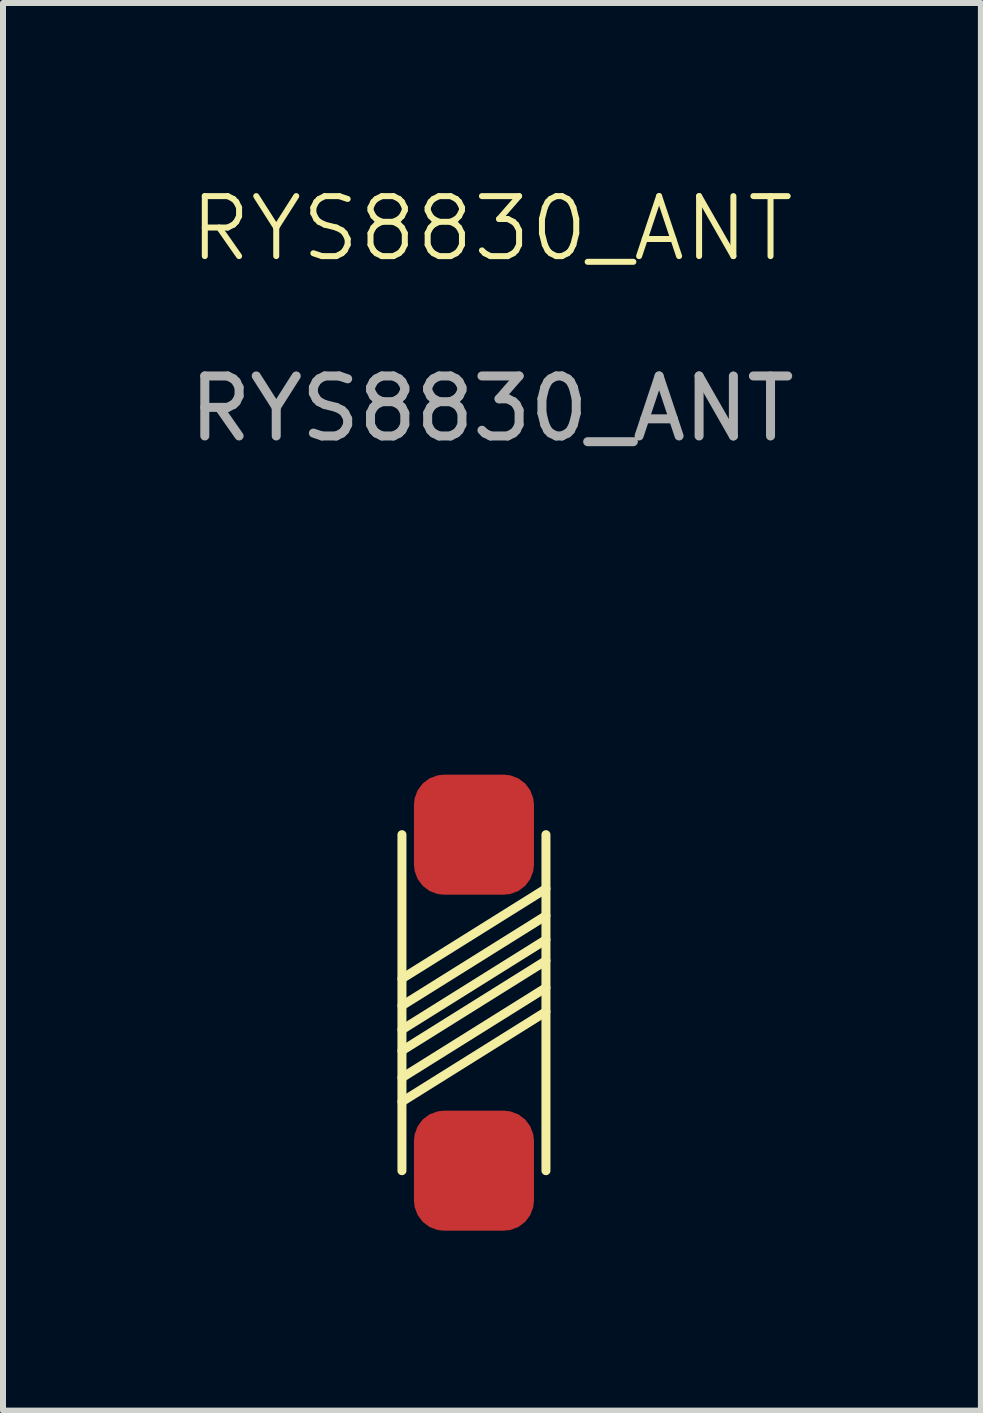
<source format=kicad_pcb>
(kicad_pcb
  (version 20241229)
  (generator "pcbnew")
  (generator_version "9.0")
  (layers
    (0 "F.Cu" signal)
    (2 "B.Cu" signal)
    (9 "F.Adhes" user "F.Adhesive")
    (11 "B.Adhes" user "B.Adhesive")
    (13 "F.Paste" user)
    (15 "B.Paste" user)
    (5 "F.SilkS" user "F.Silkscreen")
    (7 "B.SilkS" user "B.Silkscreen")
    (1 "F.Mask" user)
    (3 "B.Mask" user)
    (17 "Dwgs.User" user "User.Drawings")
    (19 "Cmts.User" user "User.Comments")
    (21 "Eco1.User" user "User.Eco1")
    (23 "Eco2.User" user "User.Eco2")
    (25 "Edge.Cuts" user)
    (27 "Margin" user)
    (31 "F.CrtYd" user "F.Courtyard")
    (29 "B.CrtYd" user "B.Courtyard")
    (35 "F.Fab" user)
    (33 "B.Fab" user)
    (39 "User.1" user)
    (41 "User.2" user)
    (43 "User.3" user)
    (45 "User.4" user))
  (footprint "RYS8830_ANT"
    (layer "F.Cu")
    (at 4.849 13.661)
    (property "Reference" "RYS8830_ANT" (at 0.3 -12.9 0) (unlocked yes) (layer "F.SilkS") (effects (font (size 1 1) (thickness 0.1))))
    (attr smd)
    (fp_line (start -1.2 -2.8) (end -1.2 2.8) (stroke (width 0.15) (type default)) (layer "F.SilkS"))
    (fp_line (start -1.2 -0.4) (end 1.2 -1.9) (stroke (width 0.15) (type default)) (layer "F.SilkS"))
    (fp_line (start -1.2 0.05) (end 1.2 -1.45) (stroke (width 0.15) (type default)) (layer "F.SilkS"))
    (fp_line (start -1.2 0.45) (end 1.2 -1.05) (stroke (width 0.15) (type default)) (layer "F.SilkS"))
    (fp_line (start -1.2 0.8) (end 1.2 -0.7) (stroke (width 0.15) (type default)) (layer "F.SilkS"))
    (fp_line (start -1.2 1.25) (end 1.2 -0.25) (stroke (width 0.15) (type default)) (layer "F.SilkS"))
    (fp_line (start -1.2 1.65) (end 1.2 0.15) (stroke (width 0.15) (type default)) (layer "F.SilkS"))
    (fp_line (start 1.2 -2.8) (end 1.2 2.8) (stroke (width 0.15) (type default)) (layer "F.SilkS"))
    (fp_text user "${REFERENCE}" (at 0.3 -9.9 0) (unlocked yes) (layer "F.Fab") (effects (font (size 1 1) (thickness 0.15))))
    (pad "1" smd roundrect (at 0 -2.8 90) (size 2 2) (layers "F.Cu" "F.Mask" "F.Paste") (roundrect_rratio 0.25))
    (pad "2" smd roundrect (at 0 2.8 90) (size 2 2) (layers "F.Cu" "F.Mask" "F.Paste") (roundrect_rratio 0.25)))
  (gr_rect
    (start -3 -3)
    (end 13.298 20.46)
    (stroke (width 0.1) (type default))
    (fill no)
    (layer "Edge.Cuts")))
</source>
